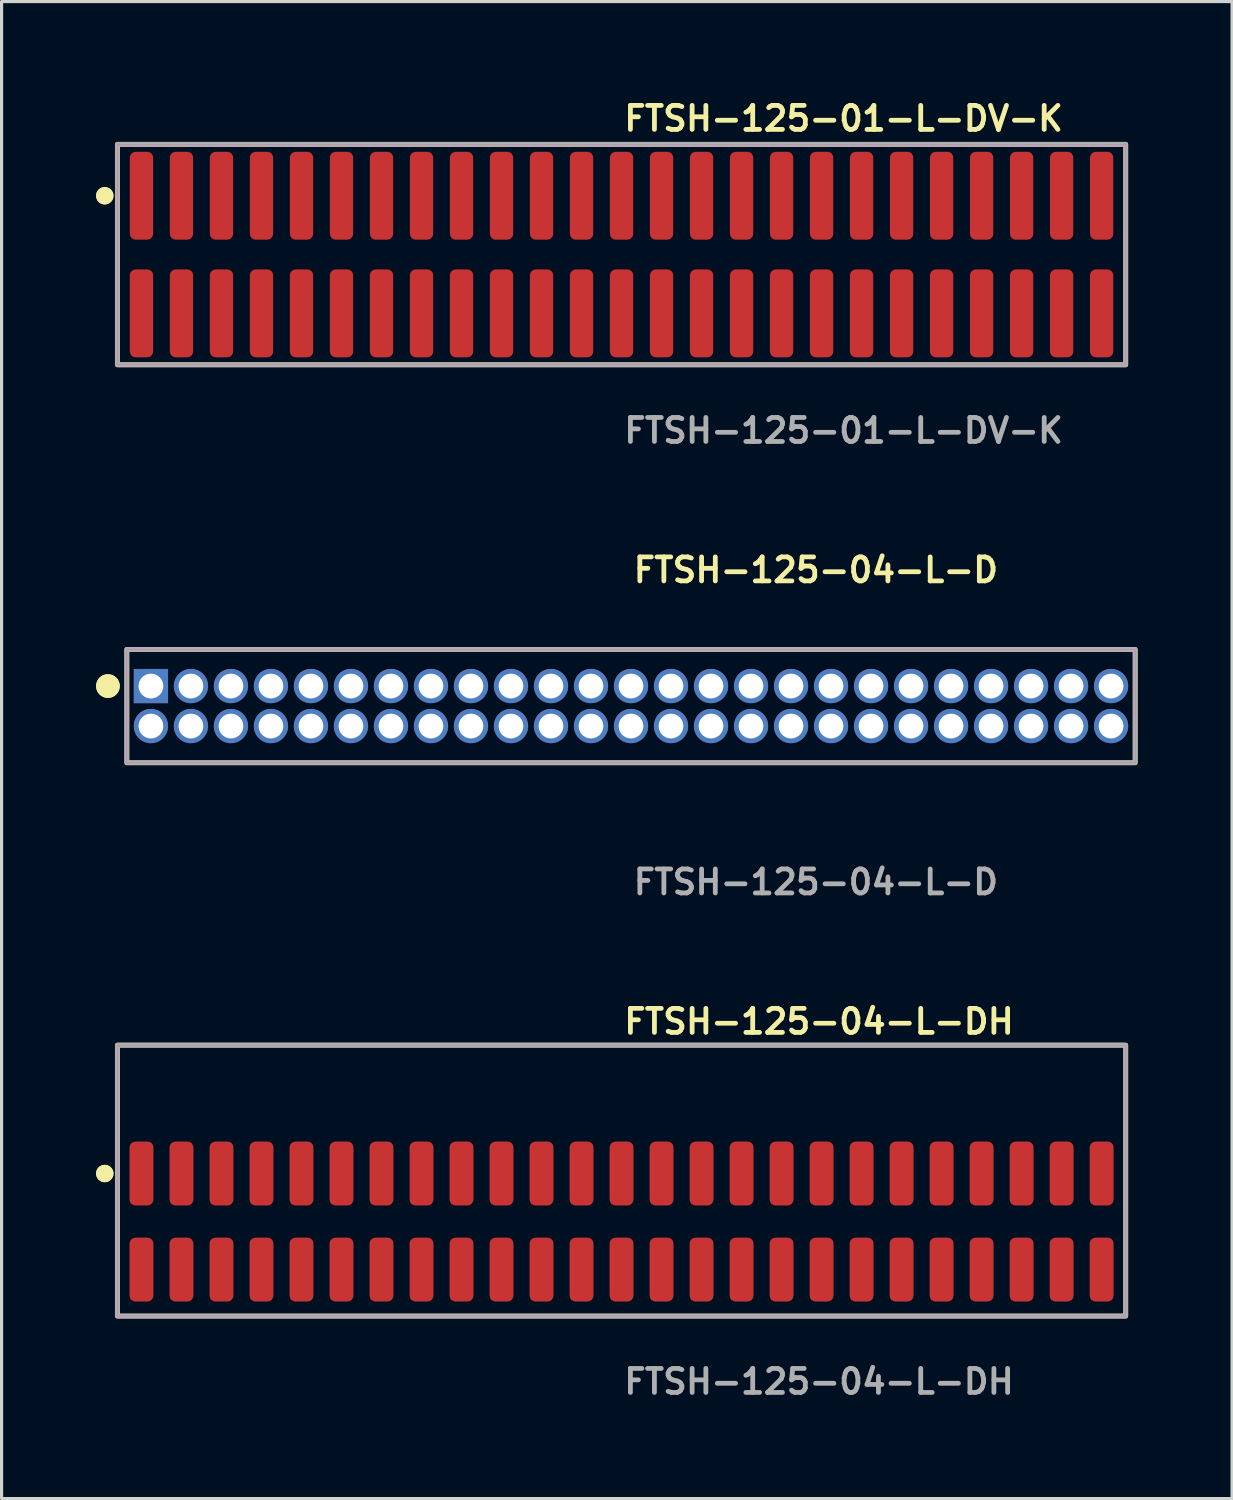
<source format=kicad_pcb>
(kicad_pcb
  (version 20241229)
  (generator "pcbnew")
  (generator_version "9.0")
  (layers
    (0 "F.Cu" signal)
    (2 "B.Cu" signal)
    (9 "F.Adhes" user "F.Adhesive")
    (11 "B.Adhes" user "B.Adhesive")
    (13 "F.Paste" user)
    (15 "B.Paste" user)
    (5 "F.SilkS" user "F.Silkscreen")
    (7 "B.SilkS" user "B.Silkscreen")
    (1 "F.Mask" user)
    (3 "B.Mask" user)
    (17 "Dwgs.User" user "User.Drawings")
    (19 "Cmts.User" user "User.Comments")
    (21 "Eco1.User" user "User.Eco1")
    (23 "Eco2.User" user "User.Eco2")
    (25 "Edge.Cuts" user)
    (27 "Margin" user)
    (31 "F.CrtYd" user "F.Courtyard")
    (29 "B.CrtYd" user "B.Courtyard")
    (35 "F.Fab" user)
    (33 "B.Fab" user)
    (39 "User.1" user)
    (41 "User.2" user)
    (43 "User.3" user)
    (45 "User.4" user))
  (footprint "FTSH-125-01-L-DV-K"
    (layer "F.Cu")
    (at 16.681 5.031)
    (property "Reference" "FTSH-125-01-L-DV-K" (at 0 -4.318 0) (unlocked yes) (layer "F.SilkS") (effects (font (size 0.762 0.762) (thickness 0.152)) (justify left)))
    (fp_rect (start -16.005 3.5) (end 16.005 -3.5) (stroke (width 0.152) (type solid)) (fill no) (layer "F.SilkS"))
    (fp_circle (center -16.405 -1.867) (end -16.605 -1.867) (stroke (width 0.152) (type solid)) (fill yes) (layer "F.SilkS"))
    (fp_circle (center -16.405 -1.867) (end -16.605 -1.867) (stroke (width 0.152) (type solid)) (fill yes) (layer "F.SilkS"))
    (fp_rect (start -16.005 3.5) (end 16.005 -3.5) (stroke (width 0.006) (type solid)) (fill no) (layer "F.CrtYd"))
    (fp_rect (start -16.005 3.5) (end 16.005 -3.5) (stroke (width 0.152) (type solid)) (fill no) (layer "F.Fab"))
    (fp_text user "${REFERENCE}" (at 0 5.588 0) (unlocked yes) (layer "F.Fab") (effects (font (size 0.762 0.762) (thickness 0.152)) (justify left)))
    (pad "1" smd roundrect (at -15.24 -1.867) (size 0.74 2.79) (layers "F.Cu" "F.Paste") (roundrect_rratio 0.25))
    (pad "2" smd roundrect (at -15.24 1.867) (size 0.74 2.79) (layers "F.Cu" "F.Paste") (roundrect_rratio 0.25))
    (pad "3" smd roundrect (at -13.97 -1.867) (size 0.74 2.79) (layers "F.Cu" "F.Paste") (roundrect_rratio 0.25))
    (pad "4" smd roundrect (at -13.97 1.867) (size 0.74 2.79) (layers "F.Cu" "F.Paste") (roundrect_rratio 0.25))
    (pad "5" smd roundrect (at -12.7 -1.867) (size 0.74 2.79) (layers "F.Cu" "F.Paste") (roundrect_rratio 0.25))
    (pad "6" smd roundrect (at -12.7 1.867) (size 0.74 2.79) (layers "F.Cu" "F.Paste") (roundrect_rratio 0.25))
    (pad "7" smd roundrect (at -11.43 -1.867) (size 0.74 2.79) (layers "F.Cu" "F.Paste") (roundrect_rratio 0.25))
    (pad "8" smd roundrect (at -11.43 1.867) (size 0.74 2.79) (layers "F.Cu" "F.Paste") (roundrect_rratio 0.25))
    (pad "9" smd roundrect (at -10.16 -1.867) (size 0.74 2.79) (layers "F.Cu" "F.Paste") (roundrect_rratio 0.25))
    (pad "10" smd roundrect (at -10.16 1.867) (size 0.74 2.79) (layers "F.Cu" "F.Paste") (roundrect_rratio 0.25))
    (pad "11" smd roundrect (at -8.89 -1.867) (size 0.74 2.79) (layers "F.Cu" "F.Paste") (roundrect_rratio 0.25))
    (pad "12" smd roundrect (at -8.89 1.867) (size 0.74 2.79) (layers "F.Cu" "F.Paste") (roundrect_rratio 0.25))
    (pad "13" smd roundrect (at -7.62 -1.867) (size 0.74 2.79) (layers "F.Cu" "F.Paste") (roundrect_rratio 0.25))
    (pad "14" smd roundrect (at -7.62 1.867) (size 0.74 2.79) (layers "F.Cu" "F.Paste") (roundrect_rratio 0.25))
    (pad "15" smd roundrect (at -6.35 -1.867) (size 0.74 2.79) (layers "F.Cu" "F.Paste") (roundrect_rratio 0.25))
    (pad "16" smd roundrect (at -6.35 1.867) (size 0.74 2.79) (layers "F.Cu" "F.Paste") (roundrect_rratio 0.25))
    (pad "17" smd roundrect (at -5.08 -1.867) (size 0.74 2.79) (layers "F.Cu" "F.Paste") (roundrect_rratio 0.25))
    (pad "18" smd roundrect (at -5.08 1.867) (size 0.74 2.79) (layers "F.Cu" "F.Paste") (roundrect_rratio 0.25))
    (pad "19" smd roundrect (at -3.81 -1.867) (size 0.74 2.79) (layers "F.Cu" "F.Paste") (roundrect_rratio 0.25))
    (pad "20" smd roundrect (at -3.81 1.867) (size 0.74 2.79) (layers "F.Cu" "F.Paste") (roundrect_rratio 0.25))
    (pad "21" smd roundrect (at -2.54 -1.867) (size 0.74 2.79) (layers "F.Cu" "F.Paste") (roundrect_rratio 0.25))
    (pad "22" smd roundrect (at -2.54 1.867) (size 0.74 2.79) (layers "F.Cu" "F.Paste") (roundrect_rratio 0.25))
    (pad "23" smd roundrect (at -1.27 -1.867) (size 0.74 2.79) (layers "F.Cu" "F.Paste") (roundrect_rratio 0.25))
    (pad "24" smd roundrect (at -1.27 1.867) (size 0.74 2.79) (layers "F.Cu" "F.Paste") (roundrect_rratio 0.25))
    (pad "25" smd roundrect (at 0 -1.867) (size 0.74 2.79) (layers "F.Cu" "F.Paste") (roundrect_rratio 0.25))
    (pad "26" smd roundrect (at 0 1.867) (size 0.74 2.79) (layers "F.Cu" "F.Paste") (roundrect_rratio 0.25))
    (pad "27" smd roundrect (at 1.27 -1.867) (size 0.74 2.79) (layers "F.Cu" "F.Paste") (roundrect_rratio 0.25))
    (pad "28" smd roundrect (at 1.27 1.867) (size 0.74 2.79) (layers "F.Cu" "F.Paste") (roundrect_rratio 0.25))
    (pad "29" smd roundrect (at 2.54 -1.867) (size 0.74 2.79) (layers "F.Cu" "F.Paste") (roundrect_rratio 0.25))
    (pad "30" smd roundrect (at 2.54 1.867) (size 0.74 2.79) (layers "F.Cu" "F.Paste") (roundrect_rratio 0.25))
    (pad "31" smd roundrect (at 3.81 -1.867) (size 0.74 2.79) (layers "F.Cu" "F.Paste") (roundrect_rratio 0.25))
    (pad "32" smd roundrect (at 3.81 1.867) (size 0.74 2.79) (layers "F.Cu" "F.Paste") (roundrect_rratio 0.25))
    (pad "33" smd roundrect (at 5.08 -1.867) (size 0.74 2.79) (layers "F.Cu" "F.Paste") (roundrect_rratio 0.25))
    (pad "34" smd roundrect (at 5.08 1.867) (size 0.74 2.79) (layers "F.Cu" "F.Paste") (roundrect_rratio 0.25))
    (pad "35" smd roundrect (at 6.35 -1.867) (size 0.74 2.79) (layers "F.Cu" "F.Paste") (roundrect_rratio 0.25))
    (pad "36" smd roundrect (at 6.35 1.867) (size 0.74 2.79) (layers "F.Cu" "F.Paste") (roundrect_rratio 0.25))
    (pad "37" smd roundrect (at 7.62 -1.867) (size 0.74 2.79) (layers "F.Cu" "F.Paste") (roundrect_rratio 0.25))
    (pad "38" smd roundrect (at 7.62 1.867) (size 0.74 2.79) (layers "F.Cu" "F.Paste") (roundrect_rratio 0.25))
    (pad "39" smd roundrect (at 8.89 -1.867) (size 0.74 2.79) (layers "F.Cu" "F.Paste") (roundrect_rratio 0.25))
    (pad "40" smd roundrect (at 8.89 1.867) (size 0.74 2.79) (layers "F.Cu" "F.Paste") (roundrect_rratio 0.25))
    (pad "41" smd roundrect (at 10.16 -1.867) (size 0.74 2.79) (layers "F.Cu" "F.Paste") (roundrect_rratio 0.25))
    (pad "42" smd roundrect (at 10.16 1.867) (size 0.74 2.79) (layers "F.Cu" "F.Paste") (roundrect_rratio 0.25))
    (pad "43" smd roundrect (at 11.43 -1.867) (size 0.74 2.79) (layers "F.Cu" "F.Paste") (roundrect_rratio 0.25))
    (pad "44" smd roundrect (at 11.43 1.867) (size 0.74 2.79) (layers "F.Cu" "F.Paste") (roundrect_rratio 0.25))
    (pad "45" smd roundrect (at 12.7 -1.867) (size 0.74 2.79) (layers "F.Cu" "F.Paste") (roundrect_rratio 0.25))
    (pad "46" smd roundrect (at 12.7 1.867) (size 0.74 2.79) (layers "F.Cu" "F.Paste") (roundrect_rratio 0.25))
    (pad "47" smd roundrect (at 13.97 -1.867) (size 0.74 2.79) (layers "F.Cu" "F.Paste") (roundrect_rratio 0.25))
    (pad "48" smd roundrect (at 13.97 1.867) (size 0.74 2.79) (layers "F.Cu" "F.Paste") (roundrect_rratio 0.25))
    (pad "49" smd roundrect (at 15.24 -1.867) (size 0.74 2.79) (layers "F.Cu" "F.Paste") (roundrect_rratio 0.25))
    (pad "50" smd roundrect (at 15.24 1.867) (size 0.74 2.79) (layers "F.Cu" "F.Paste") (roundrect_rratio 0.25)))
  (footprint "FTSH-125-04-L-DH"
    (layer "F.Cu")
    (at 16.681 35.728)
    (property "Reference" "FTSH-125-04-L-DH" (at 0 -6.35 0) (unlocked yes) (layer "F.SilkS") (effects (font (size 0.762 0.762) (thickness 0.152)) (justify left)))
    (fp_rect (start -16.005 3) (end 16.005 -5.6) (stroke (width 0.152) (type solid)) (fill no) (layer "F.SilkS"))
    (fp_circle (center -16.405 -1.525) (end -16.605 -1.525) (stroke (width 0.152) (type solid)) (fill yes) (layer "F.SilkS"))
    (fp_circle (center -16.405 -1.525) (end -16.605 -1.525) (stroke (width 0.152) (type solid)) (fill yes) (layer "F.SilkS"))
    (fp_rect (start -16.005 3) (end 16.005 -5.6) (stroke (width 0.006) (type solid)) (fill no) (layer "F.CrtYd"))
    (fp_rect (start -16.005 3) (end 16.005 -5.6) (stroke (width 0.152) (type solid)) (fill no) (layer "F.Fab"))
    (fp_text user "${REFERENCE}" (at 0 5.08 0) (unlocked yes) (layer "F.Fab") (effects (font (size 0.762 0.762) (thickness 0.152)) (justify left)))
    (pad "1" smd roundrect (at -15.24 -1.525) (size 0.76 2.03) (layers "F.Cu" "F.Paste") (roundrect_rratio 0.25))
    (pad "2" smd roundrect (at -15.24 1.525) (size 0.76 2.03) (layers "F.Cu" "F.Paste") (roundrect_rratio 0.25))
    (pad "3" smd roundrect (at -13.97 -1.525) (size 0.76 2.03) (layers "F.Cu" "F.Paste") (roundrect_rratio 0.25))
    (pad "4" smd roundrect (at -13.97 1.525) (size 0.76 2.03) (layers "F.Cu" "F.Paste") (roundrect_rratio 0.25))
    (pad "5" smd roundrect (at -12.7 -1.525) (size 0.76 2.03) (layers "F.Cu" "F.Paste") (roundrect_rratio 0.25))
    (pad "6" smd roundrect (at -12.7 1.525) (size 0.76 2.03) (layers "F.Cu" "F.Paste") (roundrect_rratio 0.25))
    (pad "7" smd roundrect (at -11.43 -1.525) (size 0.76 2.03) (layers "F.Cu" "F.Paste") (roundrect_rratio 0.25))
    (pad "8" smd roundrect (at -11.43 1.525) (size 0.76 2.03) (layers "F.Cu" "F.Paste") (roundrect_rratio 0.25))
    (pad "9" smd roundrect (at -10.16 -1.525) (size 0.76 2.03) (layers "F.Cu" "F.Paste") (roundrect_rratio 0.25))
    (pad "10" smd roundrect (at -10.16 1.525) (size 0.76 2.03) (layers "F.Cu" "F.Paste") (roundrect_rratio 0.25))
    (pad "11" smd roundrect (at -8.89 -1.525) (size 0.76 2.03) (layers "F.Cu" "F.Paste") (roundrect_rratio 0.25))
    (pad "12" smd roundrect (at -8.89 1.525) (size 0.76 2.03) (layers "F.Cu" "F.Paste") (roundrect_rratio 0.25))
    (pad "13" smd roundrect (at -7.62 -1.525) (size 0.76 2.03) (layers "F.Cu" "F.Paste") (roundrect_rratio 0.25))
    (pad "14" smd roundrect (at -7.62 1.525) (size 0.76 2.03) (layers "F.Cu" "F.Paste") (roundrect_rratio 0.25))
    (pad "15" smd roundrect (at -6.35 -1.525) (size 0.76 2.03) (layers "F.Cu" "F.Paste") (roundrect_rratio 0.25))
    (pad "16" smd roundrect (at -6.35 1.525) (size 0.76 2.03) (layers "F.Cu" "F.Paste") (roundrect_rratio 0.25))
    (pad "17" smd roundrect (at -5.08 -1.525) (size 0.76 2.03) (layers "F.Cu" "F.Paste") (roundrect_rratio 0.25))
    (pad "18" smd roundrect (at -5.08 1.525) (size 0.76 2.03) (layers "F.Cu" "F.Paste") (roundrect_rratio 0.25))
    (pad "19" smd roundrect (at -3.81 -1.525) (size 0.76 2.03) (layers "F.Cu" "F.Paste") (roundrect_rratio 0.25))
    (pad "20" smd roundrect (at -3.81 1.525) (size 0.76 2.03) (layers "F.Cu" "F.Paste") (roundrect_rratio 0.25))
    (pad "21" smd roundrect (at -2.54 -1.525) (size 0.76 2.03) (layers "F.Cu" "F.Paste") (roundrect_rratio 0.25))
    (pad "22" smd roundrect (at -2.54 1.525) (size 0.76 2.03) (layers "F.Cu" "F.Paste") (roundrect_rratio 0.25))
    (pad "23" smd roundrect (at -1.27 -1.525) (size 0.76 2.03) (layers "F.Cu" "F.Paste") (roundrect_rratio 0.25))
    (pad "24" smd roundrect (at -1.27 1.525) (size 0.76 2.03) (layers "F.Cu" "F.Paste") (roundrect_rratio 0.25))
    (pad "25" smd roundrect (at 0 -1.525) (size 0.76 2.03) (layers "F.Cu" "F.Paste") (roundrect_rratio 0.25))
    (pad "26" smd roundrect (at 0 1.525) (size 0.76 2.03) (layers "F.Cu" "F.Paste") (roundrect_rratio 0.25))
    (pad "27" smd roundrect (at 1.27 -1.525) (size 0.76 2.03) (layers "F.Cu" "F.Paste") (roundrect_rratio 0.25))
    (pad "28" smd roundrect (at 1.27 1.525) (size 0.76 2.03) (layers "F.Cu" "F.Paste") (roundrect_rratio 0.25))
    (pad "29" smd roundrect (at 2.54 -1.525) (size 0.76 2.03) (layers "F.Cu" "F.Paste") (roundrect_rratio 0.25))
    (pad "30" smd roundrect (at 2.54 1.525) (size 0.76 2.03) (layers "F.Cu" "F.Paste") (roundrect_rratio 0.25))
    (pad "31" smd roundrect (at 3.81 -1.525) (size 0.76 2.03) (layers "F.Cu" "F.Paste") (roundrect_rratio 0.25))
    (pad "32" smd roundrect (at 3.81 1.525) (size 0.76 2.03) (layers "F.Cu" "F.Paste") (roundrect_rratio 0.25))
    (pad "33" smd roundrect (at 5.08 -1.525) (size 0.76 2.03) (layers "F.Cu" "F.Paste") (roundrect_rratio 0.25))
    (pad "34" smd roundrect (at 5.08 1.525) (size 0.76 2.03) (layers "F.Cu" "F.Paste") (roundrect_rratio 0.25))
    (pad "35" smd roundrect (at 6.35 -1.525) (size 0.76 2.03) (layers "F.Cu" "F.Paste") (roundrect_rratio 0.25))
    (pad "36" smd roundrect (at 6.35 1.525) (size 0.76 2.03) (layers "F.Cu" "F.Paste") (roundrect_rratio 0.25))
    (pad "37" smd roundrect (at 7.62 -1.525) (size 0.76 2.03) (layers "F.Cu" "F.Paste") (roundrect_rratio 0.25))
    (pad "38" smd roundrect (at 7.62 1.525) (size 0.76 2.03) (layers "F.Cu" "F.Paste") (roundrect_rratio 0.25))
    (pad "39" smd roundrect (at 8.89 -1.525) (size 0.76 2.03) (layers "F.Cu" "F.Paste") (roundrect_rratio 0.25))
    (pad "40" smd roundrect (at 8.89 1.525) (size 0.76 2.03) (layers "F.Cu" "F.Paste") (roundrect_rratio 0.25))
    (pad "41" smd roundrect (at 10.16 -1.525) (size 0.76 2.03) (layers "F.Cu" "F.Paste") (roundrect_rratio 0.25))
    (pad "42" smd roundrect (at 10.16 1.525) (size 0.76 2.03) (layers "F.Cu" "F.Paste") (roundrect_rratio 0.25))
    (pad "43" smd roundrect (at 11.43 -1.525) (size 0.76 2.03) (layers "F.Cu" "F.Paste") (roundrect_rratio 0.25))
    (pad "44" smd roundrect (at 11.43 1.525) (size 0.76 2.03) (layers "F.Cu" "F.Paste") (roundrect_rratio 0.25))
    (pad "45" smd roundrect (at 12.7 -1.525) (size 0.76 2.03) (layers "F.Cu" "F.Paste") (roundrect_rratio 0.25))
    (pad "46" smd roundrect (at 12.7 1.525) (size 0.76 2.03) (layers "F.Cu" "F.Paste") (roundrect_rratio 0.25))
    (pad "47" smd roundrect (at 13.97 -1.525) (size 0.76 2.03) (layers "F.Cu" "F.Paste") (roundrect_rratio 0.25))
    (pad "48" smd roundrect (at 13.97 1.525) (size 0.76 2.03) (layers "F.Cu" "F.Paste") (roundrect_rratio 0.25))
    (pad "49" smd roundrect (at 15.24 -1.525) (size 0.76 2.03) (layers "F.Cu" "F.Paste") (roundrect_rratio 0.25))
    (pad "50" smd roundrect (at 15.24 1.525) (size 0.76 2.03) (layers "F.Cu" "F.Paste") (roundrect_rratio 0.25)))
  (footprint "FTSH-125-04-L-D"
    (layer "F.Cu")
    (at 16.981 19.364)
    (property "Reference" "FTSH-125-04-L-D" (at 0 -4.318 0) (unlocked yes) (layer "F.SilkS") (effects (font (size 0.762 0.762) (thickness 0.152)) (justify left)))
    (fp_rect (start -16.005 1.8) (end 16.005 -1.8) (stroke (width 0.152) (type solid)) (fill no) (layer "F.SilkS"))
    (fp_circle (center -16.605 -0.635) (end -16.905 -0.635) (stroke (width 0.152) (type solid)) (fill yes) (layer "F.SilkS"))
    (fp_circle (center -16.605 -0.635) (end -16.905 -0.635) (stroke (width 0.152) (type solid)) (fill yes) (layer "F.SilkS"))
    (fp_rect (start -16.005 1.8) (end 16.005 -1.8) (stroke (width 0.006) (type solid)) (fill no) (layer "F.CrtYd"))
    (fp_rect (start -16.005 1.8) (end 16.005 -1.8) (stroke (width 0.152) (type solid)) (fill no) (layer "F.Fab"))
    (fp_text user "${REFERENCE}" (at 0 5.588 0) (unlocked yes) (layer "F.Fab") (effects (font (size 0.762 0.762) (thickness 0.152)) (justify left)))
    (pad "1" thru_hole rect (at -15.24 -0.635) (size 1.087 1.087) (drill 0.787) (layers "*.Cu" "*.Mask"))
    (pad "2" thru_hole circle (at -15.24 0.635) (size 1.087 1.087) (drill 0.787) (layers "*.Cu" "*.Mask"))
    (pad "3" thru_hole circle (at -13.97 -0.635) (size 1.087 1.087) (drill 0.787) (layers "*.Cu" "*.Mask"))
    (pad "4" thru_hole circle (at -13.97 0.635) (size 1.087 1.087) (drill 0.787) (layers "*.Cu" "*.Mask"))
    (pad "5" thru_hole circle (at -12.7 -0.635) (size 1.087 1.087) (drill 0.787) (layers "*.Cu" "*.Mask"))
    (pad "6" thru_hole circle (at -12.7 0.635) (size 1.087 1.087) (drill 0.787) (layers "*.Cu" "*.Mask"))
    (pad "7" thru_hole circle (at -11.43 -0.635) (size 1.087 1.087) (drill 0.787) (layers "*.Cu" "*.Mask"))
    (pad "8" thru_hole circle (at -11.43 0.635) (size 1.087 1.087) (drill 0.787) (layers "*.Cu" "*.Mask"))
    (pad "9" thru_hole circle (at -10.16 -0.635) (size 1.087 1.087) (drill 0.787) (layers "*.Cu" "*.Mask"))
    (pad "10" thru_hole circle (at -10.16 0.635) (size 1.087 1.087) (drill 0.787) (layers "*.Cu" "*.Mask"))
    (pad "11" thru_hole circle (at -8.89 -0.635) (size 1.087 1.087) (drill 0.787) (layers "*.Cu" "*.Mask"))
    (pad "12" thru_hole circle (at -8.89 0.635) (size 1.087 1.087) (drill 0.787) (layers "*.Cu" "*.Mask"))
    (pad "13" thru_hole circle (at -7.62 -0.635) (size 1.087 1.087) (drill 0.787) (layers "*.Cu" "*.Mask"))
    (pad "14" thru_hole circle (at -7.62 0.635) (size 1.087 1.087) (drill 0.787) (layers "*.Cu" "*.Mask"))
    (pad "15" thru_hole circle (at -6.35 -0.635) (size 1.087 1.087) (drill 0.787) (layers "*.Cu" "*.Mask"))
    (pad "16" thru_hole circle (at -6.35 0.635) (size 1.087 1.087) (drill 0.787) (layers "*.Cu" "*.Mask"))
    (pad "17" thru_hole circle (at -5.08 -0.635) (size 1.087 1.087) (drill 0.787) (layers "*.Cu" "*.Mask"))
    (pad "18" thru_hole circle (at -5.08 0.635) (size 1.087 1.087) (drill 0.787) (layers "*.Cu" "*.Mask"))
    (pad "19" thru_hole circle (at -3.81 -0.635) (size 1.087 1.087) (drill 0.787) (layers "*.Cu" "*.Mask"))
    (pad "20" thru_hole circle (at -3.81 0.635) (size 1.087 1.087) (drill 0.787) (layers "*.Cu" "*.Mask"))
    (pad "21" thru_hole circle (at -2.54 -0.635) (size 1.087 1.087) (drill 0.787) (layers "*.Cu" "*.Mask"))
    (pad "22" thru_hole circle (at -2.54 0.635) (size 1.087 1.087) (drill 0.787) (layers "*.Cu" "*.Mask"))
    (pad "23" thru_hole circle (at -1.27 -0.635) (size 1.087 1.087) (drill 0.787) (layers "*.Cu" "*.Mask"))
    (pad "24" thru_hole circle (at -1.27 0.635) (size 1.087 1.087) (drill 0.787) (layers "*.Cu" "*.Mask"))
    (pad "25" thru_hole circle (at 0 -0.635) (size 1.087 1.087) (drill 0.787) (layers "*.Cu" "*.Mask"))
    (pad "26" thru_hole circle (at 0 0.635) (size 1.087 1.087) (drill 0.787) (layers "*.Cu" "*.Mask"))
    (pad "27" thru_hole circle (at 1.27 -0.635) (size 1.087 1.087) (drill 0.787) (layers "*.Cu" "*.Mask"))
    (pad "28" thru_hole circle (at 1.27 0.635) (size 1.087 1.087) (drill 0.787) (layers "*.Cu" "*.Mask"))
    (pad "29" thru_hole circle (at 2.54 -0.635) (size 1.087 1.087) (drill 0.787) (layers "*.Cu" "*.Mask"))
    (pad "30" thru_hole circle (at 2.54 0.635) (size 1.087 1.087) (drill 0.787) (layers "*.Cu" "*.Mask"))
    (pad "31" thru_hole circle (at 3.81 -0.635) (size 1.087 1.087) (drill 0.787) (layers "*.Cu" "*.Mask"))
    (pad "32" thru_hole circle (at 3.81 0.635) (size 1.087 1.087) (drill 0.787) (layers "*.Cu" "*.Mask"))
    (pad "33" thru_hole circle (at 5.08 -0.635) (size 1.087 1.087) (drill 0.787) (layers "*.Cu" "*.Mask"))
    (pad "34" thru_hole circle (at 5.08 0.635) (size 1.087 1.087) (drill 0.787) (layers "*.Cu" "*.Mask"))
    (pad "35" thru_hole circle (at 6.35 -0.635) (size 1.087 1.087) (drill 0.787) (layers "*.Cu" "*.Mask"))
    (pad "36" thru_hole circle (at 6.35 0.635) (size 1.087 1.087) (drill 0.787) (layers "*.Cu" "*.Mask"))
    (pad "37" thru_hole circle (at 7.62 -0.635) (size 1.087 1.087) (drill 0.787) (layers "*.Cu" "*.Mask"))
    (pad "38" thru_hole circle (at 7.62 0.635) (size 1.087 1.087) (drill 0.787) (layers "*.Cu" "*.Mask"))
    (pad "39" thru_hole circle (at 8.89 -0.635) (size 1.087 1.087) (drill 0.787) (layers "*.Cu" "*.Mask"))
    (pad "40" thru_hole circle (at 8.89 0.635) (size 1.087 1.087) (drill 0.787) (layers "*.Cu" "*.Mask"))
    (pad "41" thru_hole circle (at 10.16 -0.635) (size 1.087 1.087) (drill 0.787) (layers "*.Cu" "*.Mask"))
    (pad "42" thru_hole circle (at 10.16 0.635) (size 1.087 1.087) (drill 0.787) (layers "*.Cu" "*.Mask"))
    (pad "43" thru_hole circle (at 11.43 -0.635) (size 1.087 1.087) (drill 0.787) (layers "*.Cu" "*.Mask"))
    (pad "44" thru_hole circle (at 11.43 0.635) (size 1.087 1.087) (drill 0.787) (layers "*.Cu" "*.Mask"))
    (pad "45" thru_hole circle (at 12.7 -0.635) (size 1.087 1.087) (drill 0.787) (layers "*.Cu" "*.Mask"))
    (pad "46" thru_hole circle (at 12.7 0.635) (size 1.087 1.087) (drill 0.787) (layers "*.Cu" "*.Mask"))
    (pad "47" thru_hole circle (at 13.97 -0.635) (size 1.087 1.087) (drill 0.787) (layers "*.Cu" "*.Mask"))
    (pad "48" thru_hole circle (at 13.97 0.635) (size 1.087 1.087) (drill 0.787) (layers "*.Cu" "*.Mask"))
    (pad "49" thru_hole circle (at 15.24 -0.635) (size 1.087 1.087) (drill 0.787) (layers "*.Cu" "*.Mask"))
    (pad "50" thru_hole circle (at 15.24 0.635) (size 1.087 1.087) (drill 0.787) (layers "*.Cu" "*.Mask")))
  (gr_rect
    (start -3 -3)
    (end 36.062 44.521)
    (stroke (width 0.1) (type default))
    (fill no)
    (layer "Edge.Cuts")))
</source>
